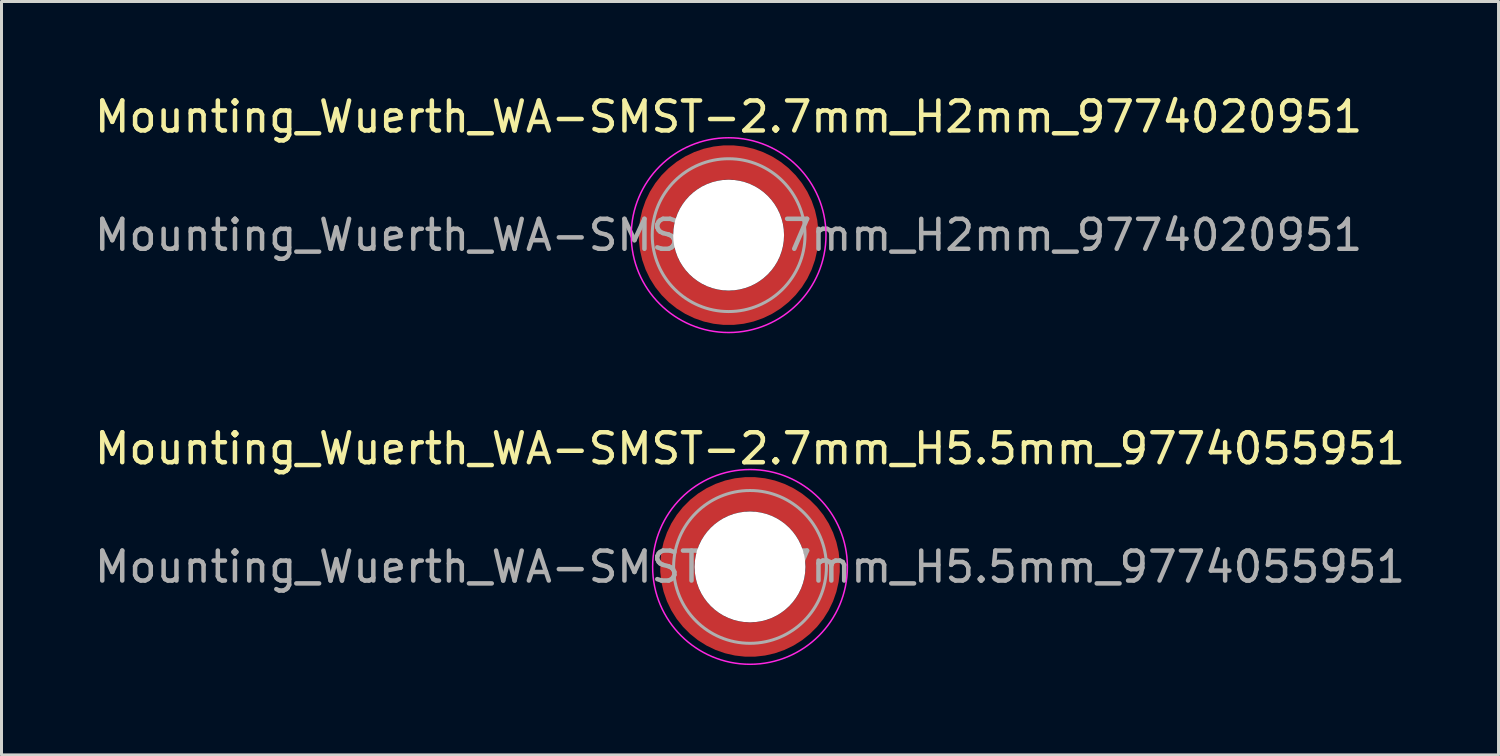
<source format=kicad_pcb>
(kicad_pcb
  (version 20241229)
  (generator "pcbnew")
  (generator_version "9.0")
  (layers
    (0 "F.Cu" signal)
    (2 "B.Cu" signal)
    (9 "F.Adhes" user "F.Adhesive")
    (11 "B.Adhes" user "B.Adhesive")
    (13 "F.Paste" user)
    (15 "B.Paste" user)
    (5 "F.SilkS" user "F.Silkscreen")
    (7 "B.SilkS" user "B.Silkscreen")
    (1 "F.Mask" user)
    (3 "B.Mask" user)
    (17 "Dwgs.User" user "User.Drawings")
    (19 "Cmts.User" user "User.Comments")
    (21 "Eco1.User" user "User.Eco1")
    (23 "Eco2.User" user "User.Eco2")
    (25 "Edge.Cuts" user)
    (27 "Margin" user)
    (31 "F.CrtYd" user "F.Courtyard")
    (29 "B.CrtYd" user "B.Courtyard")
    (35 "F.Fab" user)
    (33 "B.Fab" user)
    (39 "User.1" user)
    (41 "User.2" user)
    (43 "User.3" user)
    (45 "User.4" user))
  (footprint "Mounting_Wuerth_WA-SMST-2.7mm_H5.5mm_9774055951"
    (layer "F.Cu")
    (at 21.982 15.871)
    (property "Reference" "Mounting_Wuerth_WA-SMST-2.7mm_H5.5mm_9774055951" (at 0 -3.95 0) (layer "F.SilkS") (effects (font (size 1 1) (thickness 0.15))))
    (property "Mouser Part no." "" (at 0 0 0) (layer "F.Fab") (effects (font (size 1.27 1.27) (thickness 0.15))))
    (property "Mouser link" "" (at 0 0 0) (layer "F.Fab") (effects (font (size 1.27 1.27) (thickness 0.15))))
    (attr smd)
    (fp_circle (center 0 0) (end 3.25 0) (stroke (width 0.05) (type solid)) (fill no) (layer "F.CrtYd"))
    (fp_circle (center 0 0) (end 2.55 0) (stroke (width 0.1) (type solid)) (fill no) (layer "F.Fab"))
    (fp_text user "${REFERENCE}" (at 0 0 0) (layer "F.Fab") (effects (font (size 1 1) (thickness 0.15))))
    (pad "" smd custom (at -1.704 -1.704) (size 0.62 0.62) (layers "F.Paste") (options (anchor circle)) (primitives (gr_arc (start -0.250195 1.279127) (mid 0.289146 0.290681) (end 1.277006 -0.249732) (width 0.2)) (gr_arc (start -0.34334 1.279127) (mid 0.224883 0.226093) (end 1.277452 -0.342992) (width 0.2)) (gr_arc (start -0.436309 1.279127) (mid 0.160537 0.16159) (end 1.277666 -0.436018) (width 0.2)) (gr_arc (start -0.529126 1.279127) (mid 0.095932 0.097343) (end 1.277167 -0.528752) (width 0.2)) (gr_arc (start -0.621807 1.279127) (mid 0.0309 0.033527) (end 1.275473 -0.621136) (width 0.2)) (gr_arc (start -0.71437 1.279127) (mid -0.03322 -0.031206) (end 1.276322 -0.713875) (width 0.2)) (gr_arc (start -0.806826 1.279127) (mid -0.097997 -0.095278) (end 1.275336 -0.806181) (width 0.2)) (gr_arc (start -0.899187 1.279127) (mid -0.161977 -0.160149) (end 1.276577 -0.898769) (width 0.2)) (gr_arc (start -0.991463 1.279127) (mid -0.226842 -0.224133) (end 1.275343 -0.990864) (width 0.2)) (gr_arc (start -1.083663 1.279127) (mid -0.291026 -0.288801) (end 1.276016 -1.083187) (width 0.2)) (gr_line (start 1.279 -0.25) (end 1.279 -1.084) (width 0.2)) (gr_line (start -0.25 1.279) (end -1.084 1.279) (width 0.2))))
    (pad "" smd custom (at -1.704 1.704) (size 0.62 0.62) (layers "F.Paste") (options (anchor circle)) (primitives (gr_arc (start 1.279127 0.250195) (mid 0.290681 -0.289146) (end -0.249732 -1.277006) (width 0.2)) (gr_arc (start 1.279127 0.34334) (mid 0.226093 -0.224883) (end -0.342992 -1.277452) (width 0.2)) (gr_arc (start 1.279127 0.436309) (mid 0.16159 -0.160537) (end -0.436018 -1.277666) (width 0.2)) (gr_arc (start 1.279127 0.529126) (mid 0.097343 -0.095932) (end -0.528752 -1.277167) (width 0.2)) (gr_arc (start 1.279127 0.621807) (mid 0.033527 -0.0309) (end -0.621136 -1.275473) (width 0.2)) (gr_arc (start 1.279127 0.71437) (mid -0.031206 0.03322) (end -0.713875 -1.276322) (width 0.2)) (gr_arc (start 1.279127 0.806826) (mid -0.095278 0.097997) (end -0.806181 -1.275336) (width 0.2)) (gr_arc (start 1.279127 0.899187) (mid -0.160149 0.161977) (end -0.898769 -1.276577) (width 0.2)) (gr_arc (start 1.279127 0.991463) (mid -0.224133 0.226842) (end -0.990864 -1.275343) (width 0.2)) (gr_arc (start 1.279127 1.083663) (mid -0.288801 0.291026) (end -1.083187 -1.276016) (width 0.2)) (gr_line (start -0.25 -1.279) (end -1.084 -1.279) (width 0.2)) (gr_line (start 1.279 0.25) (end 1.279 1.084) (width 0.2))))
    (pad "" np_thru_hole circle (at 0 0) (size 3.7 3.7) (drill 3.7) (layers "*.Cu" "*.Mask"))
    (pad "" smd custom (at 1.704 -1.704) (size 0.62 0.62) (layers "F.Paste") (options (anchor circle)) (primitives (gr_arc (start -1.279127 -0.250195) (mid -0.290681 0.289146) (end 0.249732 1.277006) (width 0.2)) (gr_arc (start -1.279127 -0.34334) (mid -0.226093 0.224883) (end 0.342992 1.277452) (width 0.2)) (gr_arc (start -1.279127 -0.436309) (mid -0.16159 0.160537) (end 0.436018 1.277666) (width 0.2)) (gr_arc (start -1.279127 -0.529126) (mid -0.097343 0.095932) (end 0.528752 1.277167) (width 0.2)) (gr_arc (start -1.279127 -0.621807) (mid -0.033527 0.0309) (end 0.621136 1.275473) (width 0.2)) (gr_arc (start -1.279127 -0.71437) (mid 0.031206 -0.03322) (end 0.713875 1.276322) (width 0.2)) (gr_arc (start -1.279127 -0.806826) (mid 0.095278 -0.097997) (end 0.806181 1.275336) (width 0.2)) (gr_arc (start -1.279127 -0.899187) (mid 0.160149 -0.161977) (end 0.898769 1.276577) (width 0.2)) (gr_arc (start -1.279127 -0.991463) (mid 0.224133 -0.226842) (end 0.990864 1.275343) (width 0.2)) (gr_arc (start -1.279127 -1.083663) (mid 0.288801 -0.291026) (end 1.083187 1.276016) (width 0.2)) (gr_line (start 0.25 1.279) (end 1.084 1.279) (width 0.2)) (gr_line (start -1.279 -0.25) (end -1.279 -1.084) (width 0.2))))
    (pad "" smd custom (at 1.704 1.704) (size 0.62 0.62) (layers "F.Paste") (options (anchor circle)) (primitives (gr_arc (start 0.250195 -1.279127) (mid -0.289146 -0.290681) (end -1.277006 0.249732) (width 0.2)) (gr_arc (start 0.34334 -1.279127) (mid -0.224883 -0.226093) (end -1.277452 0.342992) (width 0.2)) (gr_arc (start 0.436309 -1.279127) (mid -0.160537 -0.16159) (end -1.277666 0.436018) (width 0.2)) (gr_arc (start 0.529126 -1.279127) (mid -0.095932 -0.097343) (end -1.277167 0.528752) (width 0.2)) (gr_arc (start 0.621807 -1.279127) (mid -0.0309 -0.033527) (end -1.275473 0.621136) (width 0.2)) (gr_arc (start 0.71437 -1.279127) (mid 0.03322 0.031206) (end -1.276322 0.713875) (width 0.2)) (gr_arc (start 0.806826 -1.279127) (mid 0.097997 0.095278) (end -1.275336 0.806181) (width 0.2)) (gr_arc (start 0.899187 -1.279127) (mid 0.161977 0.160149) (end -1.276577 0.898769) (width 0.2)) (gr_arc (start 0.991463 -1.279127) (mid 0.226842 0.224133) (end -1.275343 0.990864) (width 0.2)) (gr_arc (start 1.083663 -1.279127) (mid 0.291026 0.288801) (end -1.276016 1.083187) (width 0.2)) (gr_line (start -1.279 0.25) (end -1.279 1.084) (width 0.2)) (gr_line (start 0.25 -1.279) (end 1.084 -1.279) (width 0.2))))
    (pad "1" smd circle (at -2.425 0) (size 0.75 0.75) (layers "F.Cu"))
    (pad "1" smd circle (at 0 -2.425) (size 0.75 0.75) (layers "F.Cu"))
    (pad "1" smd circle (at 0 2.425) (size 0.75 0.75) (layers "F.Cu"))
    (pad "1" smd custom (at 2.425 0) (size 0.75 0.75) (layers "F.Cu" "F.Mask") (options (anchor circle)) (primitives (gr_circle (center -2.425 0) (end 0 0) (width 1.15) (fill no)))))
  (footprint "Mounting_Wuerth_WA-SMST-2.7mm_H2mm_9774020951"
    (layer "F.Cu")
    (at 21.268 4.798)
    (property "Reference" "Mounting_Wuerth_WA-SMST-2.7mm_H2mm_9774020951" (at 0 -3.95 0) (layer "F.SilkS") (effects (font (size 1 1) (thickness 0.15))))
    (property "Mouser Part no." "" (at 0 0 0) (layer "F.Fab") (effects (font (size 1.27 1.27) (thickness 0.15))))
    (property "Mouser link" "" (at 0 0 0) (layer "F.Fab") (effects (font (size 1.27 1.27) (thickness 0.15))))
    (attr smd)
    (fp_circle (center 0 0) (end 3.25 0) (stroke (width 0.05) (type solid)) (fill no) (layer "F.CrtYd"))
    (fp_circle (center 0 0) (end 2.55 0) (stroke (width 0.1) (type solid)) (fill no) (layer "F.Fab"))
    (fp_text user "${REFERENCE}" (at 0 0 0) (layer "F.Fab") (effects (font (size 1 1) (thickness 0.15))))
    (pad "" smd custom (at -1.704 -1.704) (size 0.62 0.62) (layers "F.Paste") (options (anchor circle)) (primitives (gr_arc (start -0.250195 1.279127) (mid 0.289146 0.290681) (end 1.277006 -0.249732) (width 0.2)) (gr_arc (start -0.34334 1.279127) (mid 0.224883 0.226093) (end 1.277452 -0.342992) (width 0.2)) (gr_arc (start -0.436309 1.279127) (mid 0.160537 0.16159) (end 1.277666 -0.436018) (width 0.2)) (gr_arc (start -0.529126 1.279127) (mid 0.095932 0.097343) (end 1.277167 -0.528752) (width 0.2)) (gr_arc (start -0.621807 1.279127) (mid 0.0309 0.033527) (end 1.275473 -0.621136) (width 0.2)) (gr_arc (start -0.71437 1.279127) (mid -0.03322 -0.031206) (end 1.276322 -0.713875) (width 0.2)) (gr_arc (start -0.806826 1.279127) (mid -0.097997 -0.095278) (end 1.275336 -0.806181) (width 0.2)) (gr_arc (start -0.899187 1.279127) (mid -0.161977 -0.160149) (end 1.276577 -0.898769) (width 0.2)) (gr_arc (start -0.991463 1.279127) (mid -0.226842 -0.224133) (end 1.275343 -0.990864) (width 0.2)) (gr_arc (start -1.083663 1.279127) (mid -0.291026 -0.288801) (end 1.276016 -1.083187) (width 0.2)) (gr_line (start 1.279 -0.25) (end 1.279 -1.084) (width 0.2)) (gr_line (start -0.25 1.279) (end -1.084 1.279) (width 0.2))))
    (pad "" smd custom (at -1.704 1.704) (size 0.62 0.62) (layers "F.Paste") (options (anchor circle)) (primitives (gr_arc (start 1.279127 0.250195) (mid 0.290681 -0.289146) (end -0.249732 -1.277006) (width 0.2)) (gr_arc (start 1.279127 0.34334) (mid 0.226093 -0.224883) (end -0.342992 -1.277452) (width 0.2)) (gr_arc (start 1.279127 0.436309) (mid 0.16159 -0.160537) (end -0.436018 -1.277666) (width 0.2)) (gr_arc (start 1.279127 0.529126) (mid 0.097343 -0.095932) (end -0.528752 -1.277167) (width 0.2)) (gr_arc (start 1.279127 0.621807) (mid 0.033527 -0.0309) (end -0.621136 -1.275473) (width 0.2)) (gr_arc (start 1.279127 0.71437) (mid -0.031206 0.03322) (end -0.713875 -1.276322) (width 0.2)) (gr_arc (start 1.279127 0.806826) (mid -0.095278 0.097997) (end -0.806181 -1.275336) (width 0.2)) (gr_arc (start 1.279127 0.899187) (mid -0.160149 0.161977) (end -0.898769 -1.276577) (width 0.2)) (gr_arc (start 1.279127 0.991463) (mid -0.224133 0.226842) (end -0.990864 -1.275343) (width 0.2)) (gr_arc (start 1.279127 1.083663) (mid -0.288801 0.291026) (end -1.083187 -1.276016) (width 0.2)) (gr_line (start -0.25 -1.279) (end -1.084 -1.279) (width 0.2)) (gr_line (start 1.279 0.25) (end 1.279 1.084) (width 0.2))))
    (pad "" np_thru_hole circle (at 0 0) (size 3.7 3.7) (drill 3.7) (layers "*.Cu" "*.Mask"))
    (pad "" smd custom (at 1.704 -1.704) (size 0.62 0.62) (layers "F.Paste") (options (anchor circle)) (primitives (gr_arc (start -1.279127 -0.250195) (mid -0.290681 0.289146) (end 0.249732 1.277006) (width 0.2)) (gr_arc (start -1.279127 -0.34334) (mid -0.226093 0.224883) (end 0.342992 1.277452) (width 0.2)) (gr_arc (start -1.279127 -0.436309) (mid -0.16159 0.160537) (end 0.436018 1.277666) (width 0.2)) (gr_arc (start -1.279127 -0.529126) (mid -0.097343 0.095932) (end 0.528752 1.277167) (width 0.2)) (gr_arc (start -1.279127 -0.621807) (mid -0.033527 0.0309) (end 0.621136 1.275473) (width 0.2)) (gr_arc (start -1.279127 -0.71437) (mid 0.031206 -0.03322) (end 0.713875 1.276322) (width 0.2)) (gr_arc (start -1.279127 -0.806826) (mid 0.095278 -0.097997) (end 0.806181 1.275336) (width 0.2)) (gr_arc (start -1.279127 -0.899187) (mid 0.160149 -0.161977) (end 0.898769 1.276577) (width 0.2)) (gr_arc (start -1.279127 -0.991463) (mid 0.224133 -0.226842) (end 0.990864 1.275343) (width 0.2)) (gr_arc (start -1.279127 -1.083663) (mid 0.288801 -0.291026) (end 1.083187 1.276016) (width 0.2)) (gr_line (start 0.25 1.279) (end 1.084 1.279) (width 0.2)) (gr_line (start -1.279 -0.25) (end -1.279 -1.084) (width 0.2))))
    (pad "" smd custom (at 1.704 1.704) (size 0.62 0.62) (layers "F.Paste") (options (anchor circle)) (primitives (gr_arc (start 0.250195 -1.279127) (mid -0.289146 -0.290681) (end -1.277006 0.249732) (width 0.2)) (gr_arc (start 0.34334 -1.279127) (mid -0.224883 -0.226093) (end -1.277452 0.342992) (width 0.2)) (gr_arc (start 0.436309 -1.279127) (mid -0.160537 -0.16159) (end -1.277666 0.436018) (width 0.2)) (gr_arc (start 0.529126 -1.279127) (mid -0.095932 -0.097343) (end -1.277167 0.528752) (width 0.2)) (gr_arc (start 0.621807 -1.279127) (mid -0.0309 -0.033527) (end -1.275473 0.621136) (width 0.2)) (gr_arc (start 0.71437 -1.279127) (mid 0.03322 0.031206) (end -1.276322 0.713875) (width 0.2)) (gr_arc (start 0.806826 -1.279127) (mid 0.097997 0.095278) (end -1.275336 0.806181) (width 0.2)) (gr_arc (start 0.899187 -1.279127) (mid 0.161977 0.160149) (end -1.276577 0.898769) (width 0.2)) (gr_arc (start 0.991463 -1.279127) (mid 0.226842 0.224133) (end -1.275343 0.990864) (width 0.2)) (gr_arc (start 1.083663 -1.279127) (mid 0.291026 0.288801) (end -1.276016 1.083187) (width 0.2)) (gr_line (start -1.279 0.25) (end -1.279 1.084) (width 0.2)) (gr_line (start 0.25 -1.279) (end 1.084 -1.279) (width 0.2))))
    (pad "1" smd circle (at -2.425 0) (size 0.75 0.75) (layers "F.Cu"))
    (pad "1" smd circle (at 0 -2.425) (size 0.75 0.75) (layers "F.Cu"))
    (pad "1" smd circle (at 0 2.425) (size 0.75 0.75) (layers "F.Cu"))
    (pad "1" smd custom (at 2.425 0) (size 0.75 0.75) (layers "F.Cu" "F.Mask") (options (anchor circle)) (primitives (gr_circle (center -2.425 0) (end 0 0) (width 1.15) (fill no)))))
  (gr_rect
    (start -3 -3)
    (end 46.964 22.146)
    (stroke (width 0.1) (type default))
    (fill no)
    (layer "Edge.Cuts")))
</source>
